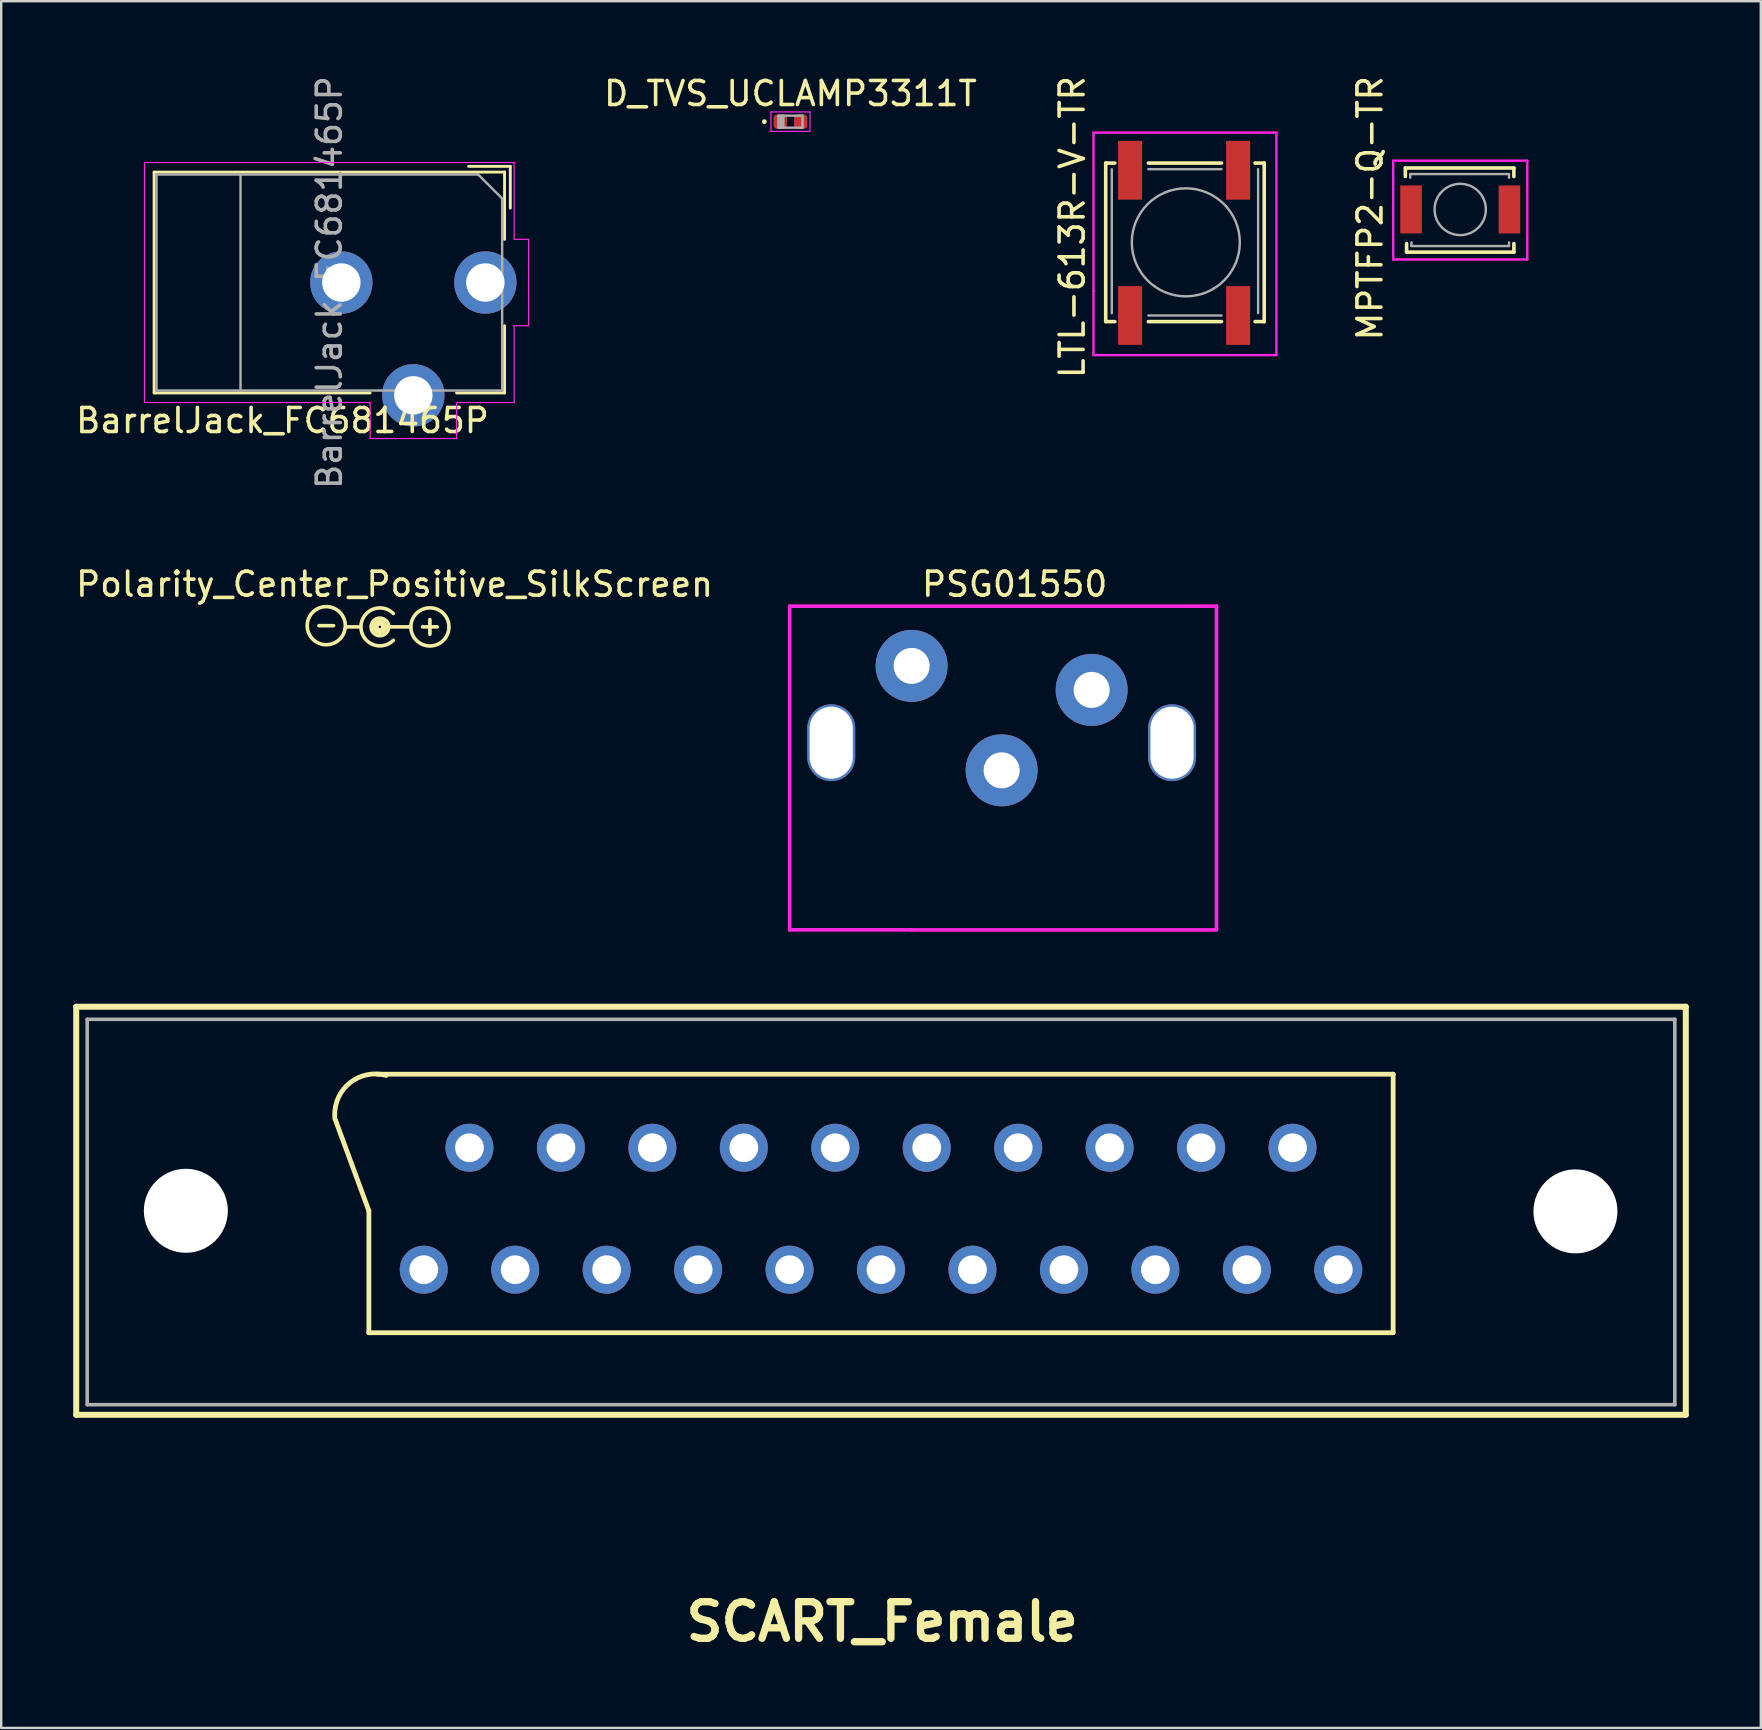
<source format=kicad_pcb>
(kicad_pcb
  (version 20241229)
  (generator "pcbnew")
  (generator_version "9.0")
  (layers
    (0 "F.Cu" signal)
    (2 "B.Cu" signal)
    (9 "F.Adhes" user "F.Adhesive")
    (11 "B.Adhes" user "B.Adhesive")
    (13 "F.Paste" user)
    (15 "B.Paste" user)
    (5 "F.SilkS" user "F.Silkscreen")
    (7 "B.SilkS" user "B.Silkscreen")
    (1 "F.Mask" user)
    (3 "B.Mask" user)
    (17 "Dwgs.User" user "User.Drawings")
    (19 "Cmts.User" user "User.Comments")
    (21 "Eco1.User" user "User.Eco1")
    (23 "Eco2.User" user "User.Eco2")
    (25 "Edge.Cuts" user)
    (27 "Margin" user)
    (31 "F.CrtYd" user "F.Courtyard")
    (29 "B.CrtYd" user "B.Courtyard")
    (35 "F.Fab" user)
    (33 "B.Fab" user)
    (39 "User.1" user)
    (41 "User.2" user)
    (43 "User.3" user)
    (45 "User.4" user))
  (footprint "Polarity_Center_Positive_SilkScreen"
    (layer "F.Cu")
    (at 13.387 21.289)
    (property "Reference" "Polarity_Center_Positive_SilkScreen" (at 0 0 0) (layer "F.SilkS") (effects (font (size 1 1) (thickness 0.15))))
    (attr exclude_from_pos_files exclude_from_bom)
    (fp_line (start -3.15 1.727) (end -2.54 1.727) (stroke (width 0.15) (type solid)) (layer "F.SilkS"))
    (fp_line (start -1.422 1.778) (end -2.032 1.778) (stroke (width 0.15) (type solid)) (layer "F.SilkS"))
    (fp_line (start -0.254 1.778) (end 0.68 1.778) (stroke (width 0.15) (type solid)) (layer "F.SilkS"))
    (fp_line (start 1.168 1.778) (end 1.778 1.778) (stroke (width 0.15) (type solid)) (layer "F.SilkS"))
    (fp_line (start 1.473 2.083) (end 1.473 1.473) (stroke (width 0.15) (type solid)) (layer "F.SilkS"))
    (fp_arc (start -0.0508 2.3368) (mid -1.399863 1.778) (end -0.0508 1.2192) (stroke (width 0.15) (type solid)) (layer "F.SilkS"))
    (fp_circle (center -2.845 1.727) (end -2.235 2.235) (stroke (width 0.15) (type solid)) (fill no) (layer "F.SilkS"))
    (fp_circle (center -0.61 1.778) (end -0.559 1.778) (stroke (width 0.15) (type solid)) (fill no) (layer "F.SilkS"))
    (fp_circle (center -0.61 1.778) (end -0.508 1.93) (stroke (width 0.15) (type solid)) (fill no) (layer "F.SilkS"))
    (fp_circle (center -0.61 1.778) (end -0.406 1.88) (stroke (width 0.15) (type solid)) (fill no) (layer "F.SilkS"))
    (fp_circle (center -0.61 1.778) (end -0.243 1.778) (stroke (width 0.15) (type solid)) (fill no) (layer "F.SilkS"))
    (fp_circle (center 1.473 1.778) (end 2.083 2.286) (stroke (width 0.15) (type solid)) (fill no) (layer "F.SilkS")))
  (footprint "PSG01550"
    (layer "F.Cu")
    (at 34.929 24.692)
    (property "Reference" "PSG01550" (at 4.293 -3.404 0) (layer "F.SilkS") (effects (font (size 1 1) (thickness 0.15))))
    (attr through_hole)
    (fp_line (start -5.08 -2.489) (end -5.08 10.998) (stroke (width 0.15) (type solid)) (layer "F.CrtYd"))
    (fp_line (start 0 10.998) (end -5.08 10.998) (stroke (width 0.15) (type solid)) (layer "F.CrtYd"))
    (fp_line (start 0 11) (end 12.7 11) (stroke (width 0.15) (type solid)) (layer "F.CrtYd"))
    (fp_line (start 12.7 -2.489) (end -5.08 -2.489) (stroke (width 0.15) (type solid)) (layer "F.CrtYd"))
    (fp_line (start 12.7 10.973) (end 12.7 -2.489) (stroke (width 0.15) (type solid)) (layer "F.CrtYd"))
    (pad "" np_thru_hole oval (at -3.35 3.2) (size 2 3.2) (drill oval 1.8 3) (layers "*.Cu" "*.Mask"))
    (pad "" np_thru_hole oval (at 10.85 3.2) (size 2 3.2) (drill oval 1.8 3) (layers "*.Cu" "*.Mask"))
    (pad "1" thru_hole circle (at 3.75 4.35) (size 3 3) (drill 1.5) (layers "*.Cu" "*.Mask"))
    (pad "2" thru_hole circle (at 7.5 1) (size 3 3) (drill 1.5) (layers "*.Cu" "*.Mask"))
    (pad "3" thru_hole circle (at 0 0) (size 3 3) (drill 1.5) (layers "*.Cu" "*.Mask")))
  (footprint "D_TVS_UCLAMP3311T"
    (layer "F.Cu")
    (at 29.882 2.018)
    (property "Reference" "D_TVS_UCLAMP3311T" (at 0 -1.17 0) (layer "F.SilkS") (effects (font (size 1 1) (thickness 0.15))))
    (attr smd)
    (fp_circle (center -1.09 0) (end -1.04 0) (stroke (width 0.1) (type solid)) (fill no) (layer "F.SilkS"))
    (fp_line (start -0.813 -0.406) (end 0.813 -0.406) (stroke (width 0.05) (type solid)) (layer "F.CrtYd"))
    (fp_line (start -0.813 0.406) (end -0.813 -0.406) (stroke (width 0.05) (type solid)) (layer "F.CrtYd"))
    (fp_line (start 0.813 -0.406) (end 0.813 0.406) (stroke (width 0.05) (type solid)) (layer "F.CrtYd"))
    (fp_line (start 0.813 0.406) (end -0.813 0.406) (stroke (width 0.05) (type solid)) (layer "F.CrtYd"))
    (fp_line (start -0.5 -0.25) (end 0.5 -0.25) (stroke (width 0.1) (type solid)) (layer "F.Fab"))
    (fp_line (start -0.5 0.25) (end -0.5 -0.25) (stroke (width 0.1) (type solid)) (layer "F.Fab"))
    (fp_line (start -0.4 0.25) (end -0.4 -0.25) (stroke (width 0.1) (type solid)) (layer "F.Fab"))
    (fp_line (start -0.3 0.25) (end -0.3 -0.25) (stroke (width 0.1) (type solid)) (layer "F.Fab"))
    (fp_line (start 0.5 -0.25) (end 0.5 0.25) (stroke (width 0.1) (type solid)) (layer "F.Fab"))
    (fp_line (start 0.5 0.25) (end -0.5 0.25) (stroke (width 0.1) (type solid)) (layer "F.Fab"))
    (pad "1" smd roundrect (at -0.425 0) (size 0.55 0.6) (layers "F.Cu" "F.Mask" "F.Paste") (roundrect_rratio 0.25))
    (pad "2" smd roundrect (at 0.425 0) (size 0.55 0.6) (layers "F.Cu" "F.Mask" "F.Paste") (roundrect_rratio 0.25)))
  (footprint "LTL-613R-V-TR"
    (layer "F.Cu")
    (at 46.316 7.046)
    (property "Reference" "LTL-613R-V-TR" (at -4.699 -0.635 90) (layer "F.SilkS") (effects (font (size 1 1) (thickness 0.15))))
    (attr smd)
    (fp_line (start -3.302 -3.302) (end -2.921 -3.302) (stroke (width 0.15) (type solid)) (layer "F.SilkS"))
    (fp_line (start -3.302 3.302) (end -3.302 -3.302) (stroke (width 0.15) (type solid)) (layer "F.SilkS"))
    (fp_line (start -2.921 3.302) (end -3.302 3.302) (stroke (width 0.15) (type solid)) (layer "F.SilkS"))
    (fp_line (start -1.524 -3.302) (end 1.524 -3.302) (stroke (width 0.15) (type solid)) (layer "F.SilkS"))
    (fp_line (start -1.524 3.302) (end 1.524 3.302) (stroke (width 0.15) (type solid)) (layer "F.SilkS"))
    (fp_line (start 2.921 -3.302) (end 3.302 -3.302) (stroke (width 0.15) (type solid)) (layer "F.SilkS"))
    (fp_line (start 3.302 -3.302) (end 3.302 3.302) (stroke (width 0.15) (type solid)) (layer "F.SilkS"))
    (fp_line (start 3.302 3.302) (end 2.921 3.302) (stroke (width 0.15) (type solid)) (layer "F.SilkS"))
    (fp_line (start -3.81 -4.572) (end 3.683 -4.572) (stroke (width 0.1) (type solid)) (layer "F.CrtYd"))
    (fp_line (start -3.81 2.032) (end -3.81 -4.572) (stroke (width 0.1) (type solid)) (layer "F.CrtYd"))
    (fp_line (start -3.81 4.699) (end -3.81 2.032) (stroke (width 0.1) (type solid)) (layer "F.CrtYd"))
    (fp_line (start 3.683 -4.572) (end 3.81 -4.572) (stroke (width 0.1) (type solid)) (layer "F.CrtYd"))
    (fp_line (start 3.81 -4.572) (end 3.81 4.699) (stroke (width 0.1) (type solid)) (layer "F.CrtYd"))
    (fp_line (start 3.81 4.699) (end -3.81 4.699) (stroke (width 0.1) (type solid)) (layer "F.CrtYd"))
    (fp_line (start -3.048 2.952) (end -3.048 -3.048) (stroke (width 0.1) (type solid)) (layer "F.Fab"))
    (fp_line (start -1.524 -3.048) (end 1.524 -3.048) (stroke (width 0.1) (type solid)) (layer "F.Fab"))
    (fp_line (start -1.524 3.048) (end 1.524 3.048) (stroke (width 0.1) (type solid)) (layer "F.Fab"))
    (fp_line (start 3.048 2.952) (end 3.048 -3.048) (stroke (width 0.1) (type solid)) (layer "F.Fab"))
    (fp_circle (center 0.036 0) (end 2.286 0) (stroke (width 0.1) (type solid)) (fill no) (layer "F.Fab"))
    (pad "1" smd rect (at -2.286 -3.002 90) (size 2.45 1) (layers "F.Cu" "F.Mask" "F.Paste"))
    (pad "2" smd rect (at 2.214 -3.002 90) (size 2.45 1) (layers "F.Cu" "F.Mask" "F.Paste"))
    (pad "3" smd rect (at -2.286 3.048 90) (size 2.45 1) (layers "F.Cu" "F.Mask" "F.Paste"))
    (pad "4" smd rect (at 2.214 3.048 90) (size 2.45 1) (layers "F.Cu" "F.Mask" "F.Paste")))
  (footprint "MPTFP2-Q-TR"
    (layer "F.Cu")
    (at 57.784 5.676)
    (property "Reference" "MPTFP2-Q-TR" (at -3.759 -0.051 90) (layer "F.SilkS") (effects (font (size 1 1) (thickness 0.15))))
    (attr smd)
    (fp_line (start -2.286 -1.727) (end 2.235 -1.727) (stroke (width 0.15) (type solid)) (layer "F.SilkS"))
    (fp_line (start -2.286 -1.372) (end -2.286 -1.727) (stroke (width 0.15) (type solid)) (layer "F.SilkS"))
    (fp_line (start -2.235 1.778) (end -2.235 1.422) (stroke (width 0.15) (type solid)) (layer "F.SilkS"))
    (fp_line (start -2.235 1.778) (end 2.235 1.778) (stroke (width 0.15) (type solid)) (layer "F.SilkS"))
    (fp_line (start 2.235 -1.372) (end 2.235 -1.727) (stroke (width 0.15) (type solid)) (layer "F.SilkS"))
    (fp_line (start 2.235 1.778) (end 2.235 1.422) (stroke (width 0.15) (type solid)) (layer "F.SilkS"))
    (fp_line (start -2.794 -2.032) (end 2.794 -2.032) (stroke (width 0.1) (type solid)) (layer "F.CrtYd"))
    (fp_line (start -2.794 2.083) (end -2.794 -2.032) (stroke (width 0.1) (type solid)) (layer "F.CrtYd"))
    (fp_line (start 2.794 -2.032) (end 2.794 2.083) (stroke (width 0.1) (type solid)) (layer "F.CrtYd"))
    (fp_line (start 2.794 2.083) (end -2.794 2.083) (stroke (width 0.1) (type solid)) (layer "F.CrtYd"))
    (fp_line (start -2.083 -1.473) (end 2.032 -1.473) (stroke (width 0.1) (type solid)) (layer "F.Fab"))
    (fp_line (start -2.083 -1.321) (end -2.083 -1.473) (stroke (width 0.1) (type solid)) (layer "F.Fab"))
    (fp_line (start -2.032 1.524) (end -2.032 1.372) (stroke (width 0.1) (type solid)) (layer "F.Fab"))
    (fp_line (start -2.032 1.524) (end 2.032 1.524) (stroke (width 0.1) (type solid)) (layer "F.Fab"))
    (fp_line (start 2.032 -1.321) (end 2.032 -1.473) (stroke (width 0.1) (type solid)) (layer "F.Fab"))
    (fp_line (start 2.032 1.524) (end 2.032 1.372) (stroke (width 0.1) (type solid)) (layer "F.Fab"))
    (fp_circle (center 0 0) (end 1.067 -0.051) (stroke (width 0.1) (type solid)) (fill no) (layer "F.Fab"))
    (pad "1" smd rect (at -2.05 0 90) (size 2 0.9) (layers "F.Cu" "F.Mask" "F.Paste"))
    (pad "2" smd rect (at 2.05 0 90) (size 2 0.9) (layers "F.Cu" "F.Mask" "F.Paste")))
  (footprint "SCART_Female"
    (layer "F.Cu")
    (at 33.653 47.392)
    (property "Reference" "SCART_Female" (at 0.051 17.12 0) (layer "F.SilkS") (effects (font (size 1.524 1.524) (thickness 0.305))))
    (attr through_hole)
    (fp_line (start -33.528 -8.5) (end -33.528 8.5) (stroke (width 0.25) (type solid)) (layer "F.SilkS"))
    (fp_line (start -33.528 -8.5) (end 33.528 -8.5) (stroke (width 0.25) (type solid)) (layer "F.SilkS"))
    (fp_line (start -33.528 8.5) (end 33.528 8.5) (stroke (width 0.25) (type solid)) (layer "F.SilkS"))
    (fp_line (start -21.336 0) (end -22.758 -3.861) (stroke (width 0.2) (type solid)) (layer "F.SilkS"))
    (fp_line (start -21.336 5.08) (end -21.336 0) (stroke (width 0.2) (type solid)) (layer "F.SilkS"))
    (fp_line (start -21.336 5.08) (end 21.336 5.08) (stroke (width 0.2) (type solid)) (layer "F.SilkS"))
    (fp_line (start 21.336 -5.69) (end -20.98 -5.69) (stroke (width 0.2) (type solid)) (layer "F.SilkS"))
    (fp_line (start 21.336 5.08) (end 21.336 -5.69) (stroke (width 0.2) (type solid)) (layer "F.SilkS"))
    (fp_line (start 33.528 8.5) (end 33.528 -8.5) (stroke (width 0.25) (type solid)) (layer "F.SilkS"))
    (fp_arc (start -22.7584 -3.9624) (mid -22.110392 -5.343869) (end -20.613299 -5.638969) (stroke (width 0.2) (type solid)) (layer "F.SilkS"))
    (fp_line (start -33.071 -7.976) (end 33.071 -7.976) (stroke (width 0.15) (type solid)) (layer "F.Fab"))
    (fp_line (start -33.071 8.077) (end -33.071 -7.976) (stroke (width 0.15) (type solid)) (layer "F.Fab"))
    (fp_line (start -33.071 8.077) (end 33.071 8.077) (stroke (width 0.15) (type solid)) (layer "F.Fab"))
    (fp_line (start 33.071 -7.976) (end 33.071 8.077) (stroke (width 0.15) (type solid)) (layer "F.Fab"))
    (pad "" np_thru_hole circle (at -28.96 0 180) (size 3.5 3.5) (drill 3.5) (layers "*.Cu" "*.Mask"))
    (pad "" np_thru_hole circle (at 28.931 0.025 180) (size 3.5 3.5) (drill 3.5) (layers "*.Cu" "*.Mask"))
    (pad "1" thru_hole circle (at 19.05 2.454 180) (size 1.999 1.999) (drill 1.199) (layers "*.Cu" "*.Mask"))
    (pad "2" thru_hole circle (at 17.145 -2.626 180) (size 1.999 1.999) (drill 1.199) (layers "*.Cu" "*.Mask"))
    (pad "3" thru_hole circle (at 15.24 2.454 180) (size 1.999 1.999) (drill 1.199) (layers "*.Cu" "*.Mask"))
    (pad "4" thru_hole circle (at 13.335 -2.626 180) (size 1.999 1.999) (drill 1.199) (layers "*.Cu" "*.Mask"))
    (pad "5" thru_hole circle (at 11.43 2.454 180) (size 1.999 1.999) (drill 1.199) (layers "*.Cu" "*.Mask"))
    (pad "6" thru_hole circle (at 9.525 -2.626 180) (size 1.999 1.999) (drill 1.199) (layers "*.Cu" "*.Mask"))
    (pad "7" thru_hole circle (at 7.62 2.454 180) (size 1.999 1.999) (drill 1.199) (layers "*.Cu" "*.Mask"))
    (pad "8" thru_hole circle (at 5.715 -2.626 180) (size 1.999 1.999) (drill 1.199) (layers "*.Cu" "*.Mask"))
    (pad "9" thru_hole circle (at 3.81 2.454 180) (size 1.999 1.999) (drill 1.199) (layers "*.Cu" "*.Mask"))
    (pad "10" thru_hole circle (at 1.905 -2.626 180) (size 1.999 1.999) (drill 1.199) (layers "*.Cu" "*.Mask"))
    (pad "11" thru_hole circle (at 0 2.454 180) (size 1.999 1.999) (drill 1.199) (layers "*.Cu" "*.Mask"))
    (pad "12" thru_hole circle (at -1.905 -2.626 180) (size 1.999 1.999) (drill 1.199) (layers "*.Cu" "*.Mask"))
    (pad "13" thru_hole circle (at -3.81 2.454 180) (size 1.999 1.999) (drill 1.199) (layers "*.Cu" "*.Mask"))
    (pad "14" thru_hole circle (at -5.715 -2.626 180) (size 1.999 1.999) (drill 1.199) (layers "*.Cu" "*.Mask"))
    (pad "15" thru_hole circle (at -7.62 2.454 180) (size 1.999 1.999) (drill 1.199) (layers "*.Cu" "*.Mask"))
    (pad "16" thru_hole circle (at -9.525 -2.626 180) (size 1.999 1.999) (drill 1.199) (layers "*.Cu" "*.Mask"))
    (pad "17" thru_hole circle (at -11.43 2.454 180) (size 1.999 1.999) (drill 1.199) (layers "*.Cu" "*.Mask"))
    (pad "18" thru_hole circle (at -13.335 -2.626 180) (size 1.999 1.999) (drill 1.199) (layers "*.Cu" "*.Mask"))
    (pad "19" thru_hole circle (at -15.24 2.454 180) (size 1.999 1.999) (drill 1.199) (layers "*.Cu" "*.Mask"))
    (pad "20" thru_hole circle (at -17.145 -2.626 180) (size 1.999 1.999) (drill 1.199) (layers "*.Cu" "*.Mask"))
    (pad "21" thru_hole circle (at -19.05 2.454 180) (size 1.999 1.999) (drill 1.199) (layers "*.Cu" "*.Mask")))
  (footprint "BarrelJack_FC681465P"
    (layer "F.Cu")
    (at 11.023 8.568)
    (property "Reference" "BarrelJack_FC681465P" (at -2.303 5.902 0) (layer "F.SilkS") (effects (font (size 1 1) (thickness 0.15))))
    (attr through_hole)
    (fp_line (start -7.653 -4.448) (end 6.947 -4.448) (stroke (width 0.12) (type solid)) (layer "F.SilkS"))
    (fp_line (start -7.653 4.752) (end -7.653 -4.448) (stroke (width 0.12) (type solid)) (layer "F.SilkS"))
    (fp_line (start 1.347 4.752) (end -7.653 4.752) (stroke (width 0.12) (type solid)) (layer "F.SilkS"))
    (fp_line (start 5.447 -4.688) (end 7.187 -4.688) (stroke (width 0.12) (type solid)) (layer "F.SilkS"))
    (fp_line (start 6.947 -4.448) (end 6.947 -1.648) (stroke (width 0.12) (type solid)) (layer "F.SilkS"))
    (fp_line (start 6.947 1.952) (end 6.947 4.752) (stroke (width 0.12) (type solid)) (layer "F.SilkS"))
    (fp_line (start 6.947 4.752) (end 4.947 4.752) (stroke (width 0.12) (type solid)) (layer "F.SilkS"))
    (fp_line (start 7.187 -4.688) (end 7.187 -2.948) (stroke (width 0.12) (type solid)) (layer "F.SilkS"))
    (fp_line (start -8.053 -4.848) (end 7.347 -4.848) (stroke (width 0.05) (type solid)) (layer "F.CrtYd"))
    (fp_line (start -8.053 5.152) (end -8.053 -4.848) (stroke (width 0.05) (type solid)) (layer "F.CrtYd"))
    (fp_line (start 1.347 5.152) (end -8.053 5.152) (stroke (width 0.05) (type solid)) (layer "F.CrtYd"))
    (fp_line (start 1.347 6.652) (end 1.347 5.152) (stroke (width 0.05) (type solid)) (layer "F.CrtYd"))
    (fp_line (start 4.947 5.152) (end 4.947 6.652) (stroke (width 0.05) (type solid)) (layer "F.CrtYd"))
    (fp_line (start 4.947 6.652) (end 1.347 6.652) (stroke (width 0.05) (type solid)) (layer "F.CrtYd"))
    (fp_line (start 7.347 -4.848) (end 7.347 -1.648) (stroke (width 0.05) (type solid)) (layer "F.CrtYd"))
    (fp_line (start 7.347 -1.648) (end 7.947 -1.648) (stroke (width 0.05) (type solid)) (layer "F.CrtYd"))
    (fp_line (start 7.347 1.952) (end 7.347 5.152) (stroke (width 0.05) (type solid)) (layer "F.CrtYd"))
    (fp_line (start 7.347 5.152) (end 4.947 5.152) (stroke (width 0.05) (type solid)) (layer "F.CrtYd"))
    (fp_line (start 7.947 -1.648) (end 7.947 1.952) (stroke (width 0.05) (type solid)) (layer "F.CrtYd"))
    (fp_line (start 7.947 1.952) (end 7.347 1.952) (stroke (width 0.05) (type solid)) (layer "F.CrtYd"))
    (fp_line (start -7.553 -4.348) (end 5.847 -4.348) (stroke (width 0.1) (type solid)) (layer "F.Fab"))
    (fp_line (start -7.553 4.652) (end -7.553 -4.348) (stroke (width 0.1) (type solid)) (layer "F.Fab"))
    (fp_line (start -4.053 -4.348) (end -4.053 4.652) (stroke (width 0.1) (type solid)) (layer "F.Fab"))
    (fp_line (start 5.847 -4.348) (end 6.847 -3.348) (stroke (width 0.1) (type solid)) (layer "F.Fab"))
    (fp_line (start 6.847 -3.348) (end 6.847 4.652) (stroke (width 0.1) (type solid)) (layer "F.Fab"))
    (fp_line (start 6.847 4.652) (end -7.553 4.652) (stroke (width 0.1) (type solid)) (layer "F.Fab"))
    (fp_text user "${REFERENCE}" (at -0.353 0.152 270) (layer "F.Fab") (effects (font (size 1 1) (thickness 0.15))))
    (pad "1" thru_hole circle (at 6.147 0.152 270) (size 2.6 2.6) (drill 1.6) (layers "*.Cu" "*.Mask"))
    (pad "2" thru_hole circle (at 3.147 4.852 270) (size 2.6 2.6) (drill 1.6) (layers "*.Cu" "*.Mask"))
    (pad "3" thru_hole circle (at 0.147 0.152 270) (size 2.6 2.6) (drill 1.6) (layers "*.Cu" "*.Mask")))
  (gr_rect
    (start -3 -3)
    (end 70.306 68.938)
    (stroke (width 0.1) (type default))
    (fill no)
    (layer "Edge.Cuts")))
</source>
